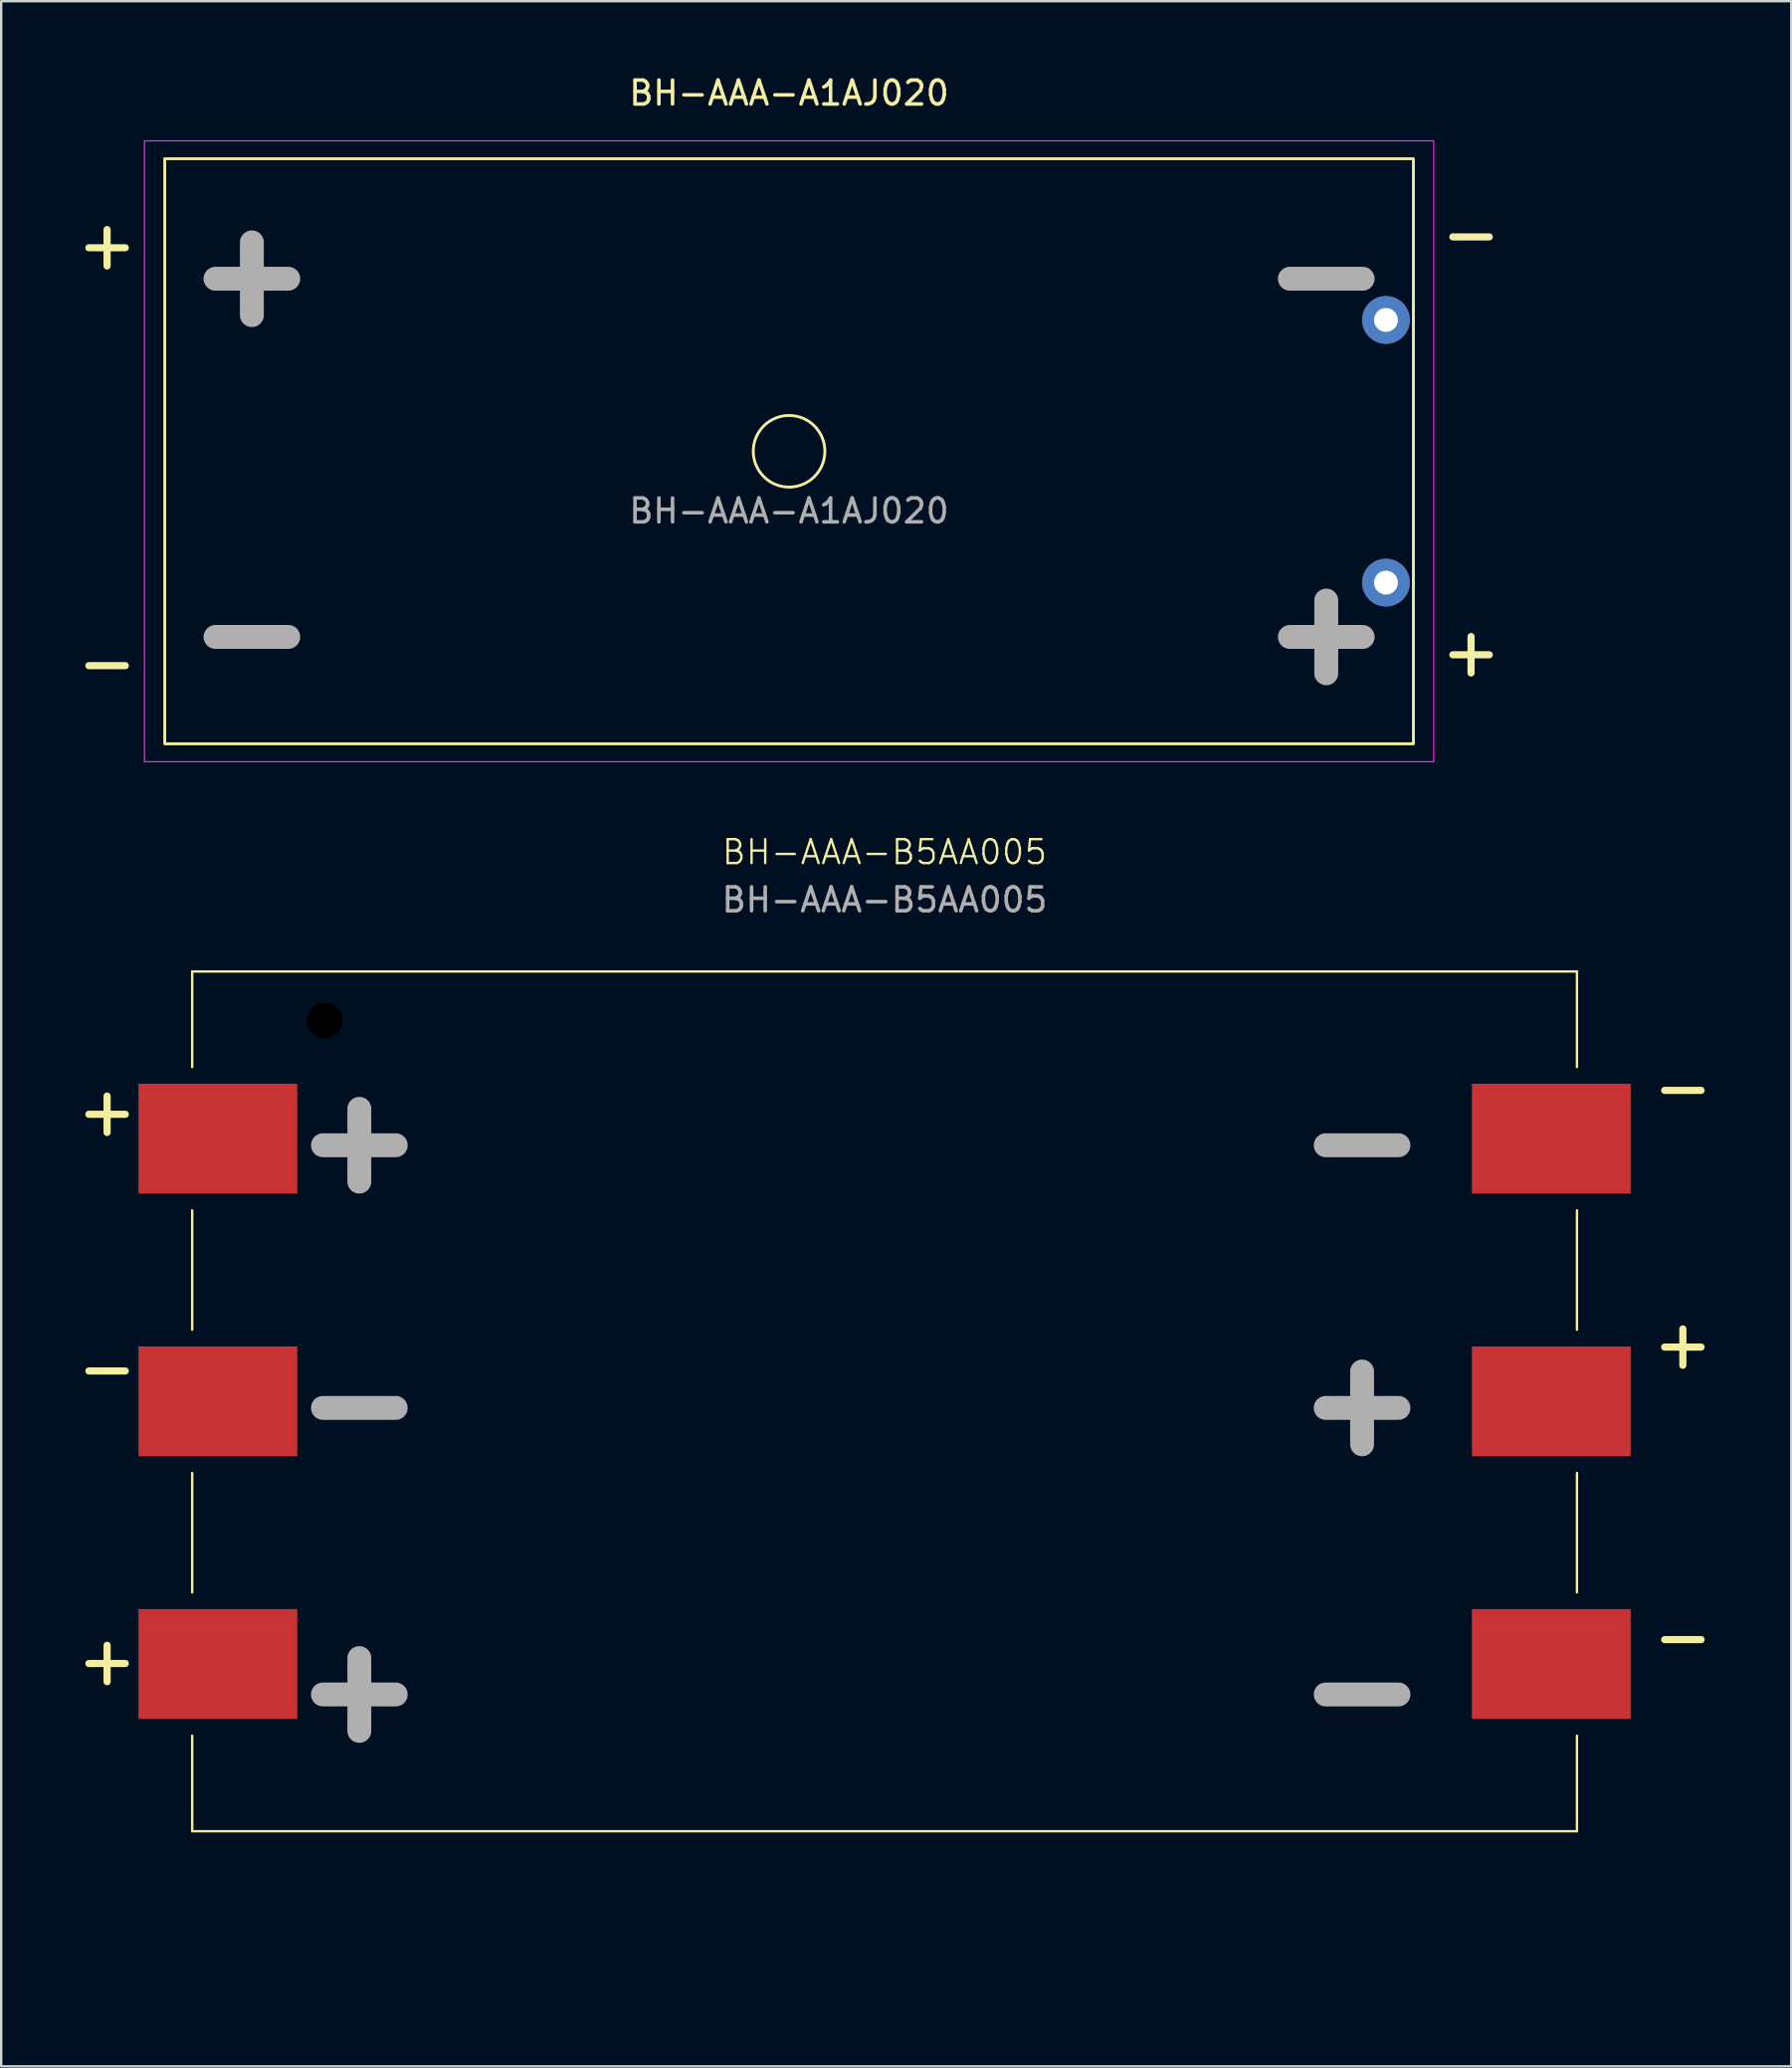
<source format=kicad_pcb>
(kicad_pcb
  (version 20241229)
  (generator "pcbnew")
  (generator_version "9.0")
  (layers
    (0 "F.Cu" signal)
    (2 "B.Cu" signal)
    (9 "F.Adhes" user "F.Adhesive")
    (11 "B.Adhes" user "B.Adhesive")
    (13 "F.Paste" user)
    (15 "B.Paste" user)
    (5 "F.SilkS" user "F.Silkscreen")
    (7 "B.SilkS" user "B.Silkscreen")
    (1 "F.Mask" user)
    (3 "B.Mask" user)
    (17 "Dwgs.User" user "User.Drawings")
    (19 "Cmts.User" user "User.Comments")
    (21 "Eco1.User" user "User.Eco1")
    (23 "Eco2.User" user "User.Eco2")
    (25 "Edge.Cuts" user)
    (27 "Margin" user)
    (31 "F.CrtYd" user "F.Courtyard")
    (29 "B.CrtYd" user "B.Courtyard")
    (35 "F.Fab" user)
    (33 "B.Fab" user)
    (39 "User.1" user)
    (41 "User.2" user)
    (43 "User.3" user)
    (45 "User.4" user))
  (footprint "BH-AAA-A1AJ020"
    (layer "F.Cu")
    (at 30 15.848)
    (property "Reference" "BH-AAA-A1AJ020" (at 0 -15 0) (unlocked yes) (layer "F.SilkS") (effects (font (size 1 1) (thickness 0.15))))
    (attr through_hole)
    (fp_rect (start -26.15 -12.25) (end 26.15 12.25) (stroke (width 0.12) (type default)) (fill no) (layer "F.SilkS"))
    (fp_circle (center 0 0) (end 1.5 0) (stroke (width 0.12) (type default)) (fill no) (layer "F.SilkS"))
    (fp_rect (start 27 -13) (end -27 13) (stroke (width 0.05) (type default)) (fill no) (layer "F.CrtYd"))
    (fp_text user "-" (at 30 -10 180) (unlocked yes) (layer "F.SilkS") (effects (font (size 2 2) (thickness 0.3)) (justify left bottom)))
    (fp_text user "+" (at -30 -7.5 0) (unlocked yes) (layer "F.SilkS") (effects (font (size 2 2) (thickness 0.3)) (justify left bottom)))
    (fp_text user "-" (at -30 10 0) (unlocked yes) (layer "F.SilkS") (effects (font (size 2 2) (thickness 0.3)) (justify left bottom)))
    (fp_text user "+" (at 30 7.5 180) (unlocked yes) (layer "F.SilkS") (effects (font (size 2 2) (thickness 0.3)) (justify left bottom)))
    (fp_text user "-" (at -22.5 7.5 0) (unlocked yes) (layer "F.Fab") (effects (font (size 4 4) (thickness 1) (bold yes))))
    (fp_text user "+" (at -22.5 -7.5 0) (unlocked yes) (layer "F.Fab") (effects (font (size 4 4) (thickness 1) (bold yes))))
    (fp_text user "+" (at 22.5 7.5 0) (unlocked yes) (layer "F.Fab") (effects (font (size 4 4) (thickness 1) (bold yes))))
    (fp_text user "${REFERENCE}" (at 0 2.5 0) (unlocked yes) (layer "F.Fab") (effects (font (size 1 1) (thickness 0.15))))
    (fp_text user "-" (at 22.5 -7.5 0) (unlocked yes) (layer "F.Fab") (effects (font (size 4 4) (thickness 1) (bold yes))))
    (pad "+" thru_hole circle (at 25 5.5) (size 2 2) (drill 1) (layers "*.Cu" "*.Mask"))
    (pad "-" thru_hole circle (at 25 -5.5) (size 2 2) (drill 1) (layers "*.Cu" "*.Mask")))
  (footprint "BH-AAA-B5AA005"
    (layer "F.Cu")
    (at 34 55.634)
    (property "Reference" "BH-AAA-B5AA005" (at 0 -23 0) (unlocked yes) (layer "F.SilkS") (effects (font (size 1 1) (thickness 0.1))))
    (attr smd)
    (fp_line (start -29 -18) (end 29 -18) (stroke (width 0.1) (type default)) (layer "F.SilkS"))
    (fp_line (start -29 -14) (end -29 -18) (stroke (width 0.1) (type default)) (layer "F.SilkS"))
    (fp_line (start -29 -3) (end -29 -8) (stroke (width 0.1) (type default)) (layer "F.SilkS"))
    (fp_line (start -29 8) (end -29 3) (stroke (width 0.1) (type default)) (layer "F.SilkS"))
    (fp_line (start -29 18) (end -29 14) (stroke (width 0.1) (type default)) (layer "F.SilkS"))
    (fp_line (start 29 -18) (end 29 -14) (stroke (width 0.1) (type default)) (layer "F.SilkS"))
    (fp_line (start 29 -8) (end 29 -3) (stroke (width 0.1) (type default)) (layer "F.SilkS"))
    (fp_line (start 29 3) (end 29 8) (stroke (width 0.1) (type default)) (layer "F.SilkS"))
    (fp_line (start 29 14) (end 29 18) (stroke (width 0.1) (type default)) (layer "F.SilkS"))
    (fp_line (start 29 18) (end -29 18) (stroke (width 0.1) (type default)) (layer "F.SilkS"))
    (fp_line (start 0 -19.75) (end 0 20.25) (stroke (width 0.1) (type dash_dot)) (layer "Eco1.User"))
    (fp_line (start 29 0) (end -30.25 0) (stroke (width 0.1) (type dash_dot)) (layer "Eco1.User"))
    (fp_rect (start -27 -16.75) (end 27 16.75) (stroke (width 0.1) (type default)) (fill no) (layer "Eco1.User"))
    (fp_line (start -32 -14) (end -32 -8) (stroke (width 0.1) (type default)) (layer "Margin"))
    (fp_line (start -32 -8) (end -29 -8) (stroke (width 0.1) (type default)) (layer "Margin"))
    (fp_line (start -32 -3) (end -32 3) (stroke (width 0.1) (type default)) (layer "Margin"))
    (fp_line (start -32 3) (end -29 3) (stroke (width 0.1) (type default)) (layer "Margin"))
    (fp_line (start -32 8) (end -32 14) (stroke (width 0.1) (type default)) (layer "Margin"))
    (fp_line (start -32 14) (end -29 14) (stroke (width 0.1) (type default)) (layer "Margin"))
    (fp_line (start -29 -18) (end -29 -14) (stroke (width 0.1) (type default)) (layer "Margin"))
    (fp_line (start -29 -14) (end -32 -14) (stroke (width 0.1) (type default)) (layer "Margin"))
    (fp_line (start -29 -8) (end -29 -3) (stroke (width 0.1) (type default)) (layer "Margin"))
    (fp_line (start -29 -3) (end -32 -3) (stroke (width 0.1) (type default)) (layer "Margin"))
    (fp_line (start -29 3) (end -29 8) (stroke (width 0.1) (type default)) (layer "Margin"))
    (fp_line (start -29 8) (end -32 8) (stroke (width 0.1) (type default)) (layer "Margin"))
    (fp_line (start -29 14) (end -29 18) (stroke (width 0.1) (type default)) (layer "Margin"))
    (fp_line (start -29 18) (end 29 18) (stroke (width 0.1) (type default)) (layer "Margin"))
    (fp_line (start 29 -18) (end -29 -18) (stroke (width 0.1) (type default)) (layer "Margin"))
    (fp_line (start 29 -14) (end 29 -18) (stroke (width 0.1) (type default)) (layer "Margin"))
    (fp_line (start 29 -8) (end 32 -8) (stroke (width 0.1) (type default)) (layer "Margin"))
    (fp_line (start 29 -3) (end 29 -8) (stroke (width 0.1) (type default)) (layer "Margin"))
    (fp_line (start 29 3) (end 32 3) (stroke (width 0.1) (type default)) (layer "Margin"))
    (fp_line (start 29 8) (end 29 3) (stroke (width 0.1) (type default)) (layer "Margin"))
    (fp_line (start 29 14) (end 32 14) (stroke (width 0.1) (type default)) (layer "Margin"))
    (fp_line (start 29 18) (end 29 14) (stroke (width 0.1) (type default)) (layer "Margin"))
    (fp_line (start 32 -14) (end 29 -14) (stroke (width 0.1) (type default)) (layer "Margin"))
    (fp_line (start 32 -8) (end 32 -14) (stroke (width 0.1) (type default)) (layer "Margin"))
    (fp_line (start 32 -3) (end 29 -3) (stroke (width 0.1) (type default)) (layer "Margin"))
    (fp_line (start 32 3) (end 32 -3) (stroke (width 0.1) (type default)) (layer "Margin"))
    (fp_line (start 32 8) (end 29 8) (stroke (width 0.1) (type default)) (layer "Margin"))
    (fp_line (start 32 14) (end 32 8) (stroke (width 0.1) (type default)) (layer "Margin"))
    (fp_text user "-" (at 32 -12 0) (unlocked yes) (layer "F.SilkS") (effects (font (size 2 2) (thickness 0.3)) (justify left bottom)))
    (fp_text user "+" (at -34 12 0) (unlocked yes) (layer "F.SilkS") (effects (font (size 2 2) (thickness 0.3)) (justify left bottom)))
    (fp_text user "-" (at 32 11 0) (unlocked yes) (layer "F.SilkS") (effects (font (size 2 2) (thickness 0.3)) (justify left bottom)))
    (fp_text user "-" (at -34 -0.25 0) (unlocked yes) (layer "F.SilkS") (effects (font (size 2 2) (thickness 0.3)) (justify left bottom)))
    (fp_text user "+" (at -34 -11 0) (unlocked yes) (layer "F.SilkS") (effects (font (size 2 2) (thickness 0.3)) (justify left bottom)))
    (fp_text user "+" (at 32 -1.25 0) (unlocked yes) (layer "F.SilkS") (effects (font (size 2 2) (thickness 0.3)) (justify left bottom)))
    (fp_text user "-" (at 20 12 0) (unlocked yes) (layer "F.Fab") (effects (font (size 4 4) (thickness 1) (bold yes))))
    (fp_text user "-" (at -22 0 0) (unlocked yes) (layer "F.Fab") (effects (font (size 4 4) (thickness 1) (bold yes))))
    (fp_text user "+" (at -22 12 0) (unlocked yes) (layer "F.Fab") (effects (font (size 4 4) (thickness 1) (bold yes))))
    (fp_text user "-" (at 20 -11 0) (unlocked yes) (layer "F.Fab") (effects (font (size 4 4) (thickness 1) (bold yes))))
    (fp_text user "${REFERENCE}" (at 0 -21 0) (unlocked yes) (layer "F.Fab") (effects (font (size 1 1) (thickness 0.15))))
    (fp_text user "+" (at 20 0 0) (unlocked yes) (layer "F.Fab") (effects (font (size 4 4) (thickness 1) (bold yes))))
    (fp_text user "+" (at -22 -11 0) (unlocked yes) (layer "F.Fab") (effects (font (size 4 4) (thickness 1) (bold yes))))
    (dimension (type aligned) (layer "Eco1.User") (pts (xy 10.55 39.684) (xy 34 39.684)) (height 1.95) (format (prefix "") (suffix "") (units 3) (units_format 1) (precision 4) (suppress_zeroes yes)) (style (thickness 0.1) (arrow_length 1.27) (text_position_mode 2) (arrow_direction outward) (extension_height 0.586) (extension_offset 0.5) (keep_text_aligned yes)) (gr_text "23.45 mm" (at 22.275 40.634 0) (layer "Eco1.User") (effects (font (size 1 1) (thickness 0.15)))))
    (dimension (type aligned) (layer "Eco1.User") (pts (xy 6.075 66.634) (xy 6.075 55.634)) (height 6.925) (format (prefix "") (suffix "") (units 3) (units_format 1) (precision 4) (suppress_zeroes yes)) (style (thickness 0.1) (arrow_length 1.27) (text_position_mode 0) (arrow_direction outward) (extension_height 0.586) (extension_offset 0.5) (keep_text_aligned yes)) (gr_text "11 mm" (at 11.85 61.134 90) (layer "Eco1.User") (effects (font (size 1 1) (thickness 0.15)))))
    (dimension (type aligned) (layer "Eco1.User") (pts (xy 65.25 66.634) (xy 2.75 66.634)) (height -12) (format (prefix "") (suffix "") (units 3) (units_format 1) (precision 4) (suppress_zeroes yes)) (style (thickness 0.1) (arrow_length 1.27) (text_position_mode 2) (arrow_direction outward) (extension_height 0.586) (extension_offset 0.5) (keep_text_aligned yes)) (gr_text "62.5 mm" (at 34 79.634 0) (layer "Eco1.User") (effects (font (size 1 1) (thickness 0.15)))))
    (pad "" np_thru_hole circle (at -23.45 -15.95) (size 1.5 1.5) (drill 1.5) (layers "*.Mask"))
    (pad "1" smd rect (at 27.925 11) (size 6.65 4.6) (layers "F.Cu" "F.Mask" "F.Paste"))
    (pad "2" smd rect (at -27.925 11) (size 6.65 4.6) (layers "F.Cu" "F.Mask" "F.Paste"))
    (pad "3" smd rect (at -27.925 0) (size 6.65 4.6) (layers "F.Cu" "F.Mask" "F.Paste"))
    (pad "4" smd rect (at 27.925 0) (size 6.65 4.6) (layers "F.Cu" "F.Mask" "F.Paste"))
    (pad "5" smd rect (at 27.925 -11) (size 6.65 4.6) (layers "F.Cu" "F.Mask" "F.Paste"))
    (pad "6" smd rect (at -27.925 -11) (size 6.65 4.6) (layers "F.Cu" "F.Mask" "F.Paste")))
  (gr_rect
    (start -3 -3)
    (end 71.976 83.482)
    (stroke (width 0.1) (type default))
    (fill no)
    (layer "Edge.Cuts")))
</source>
